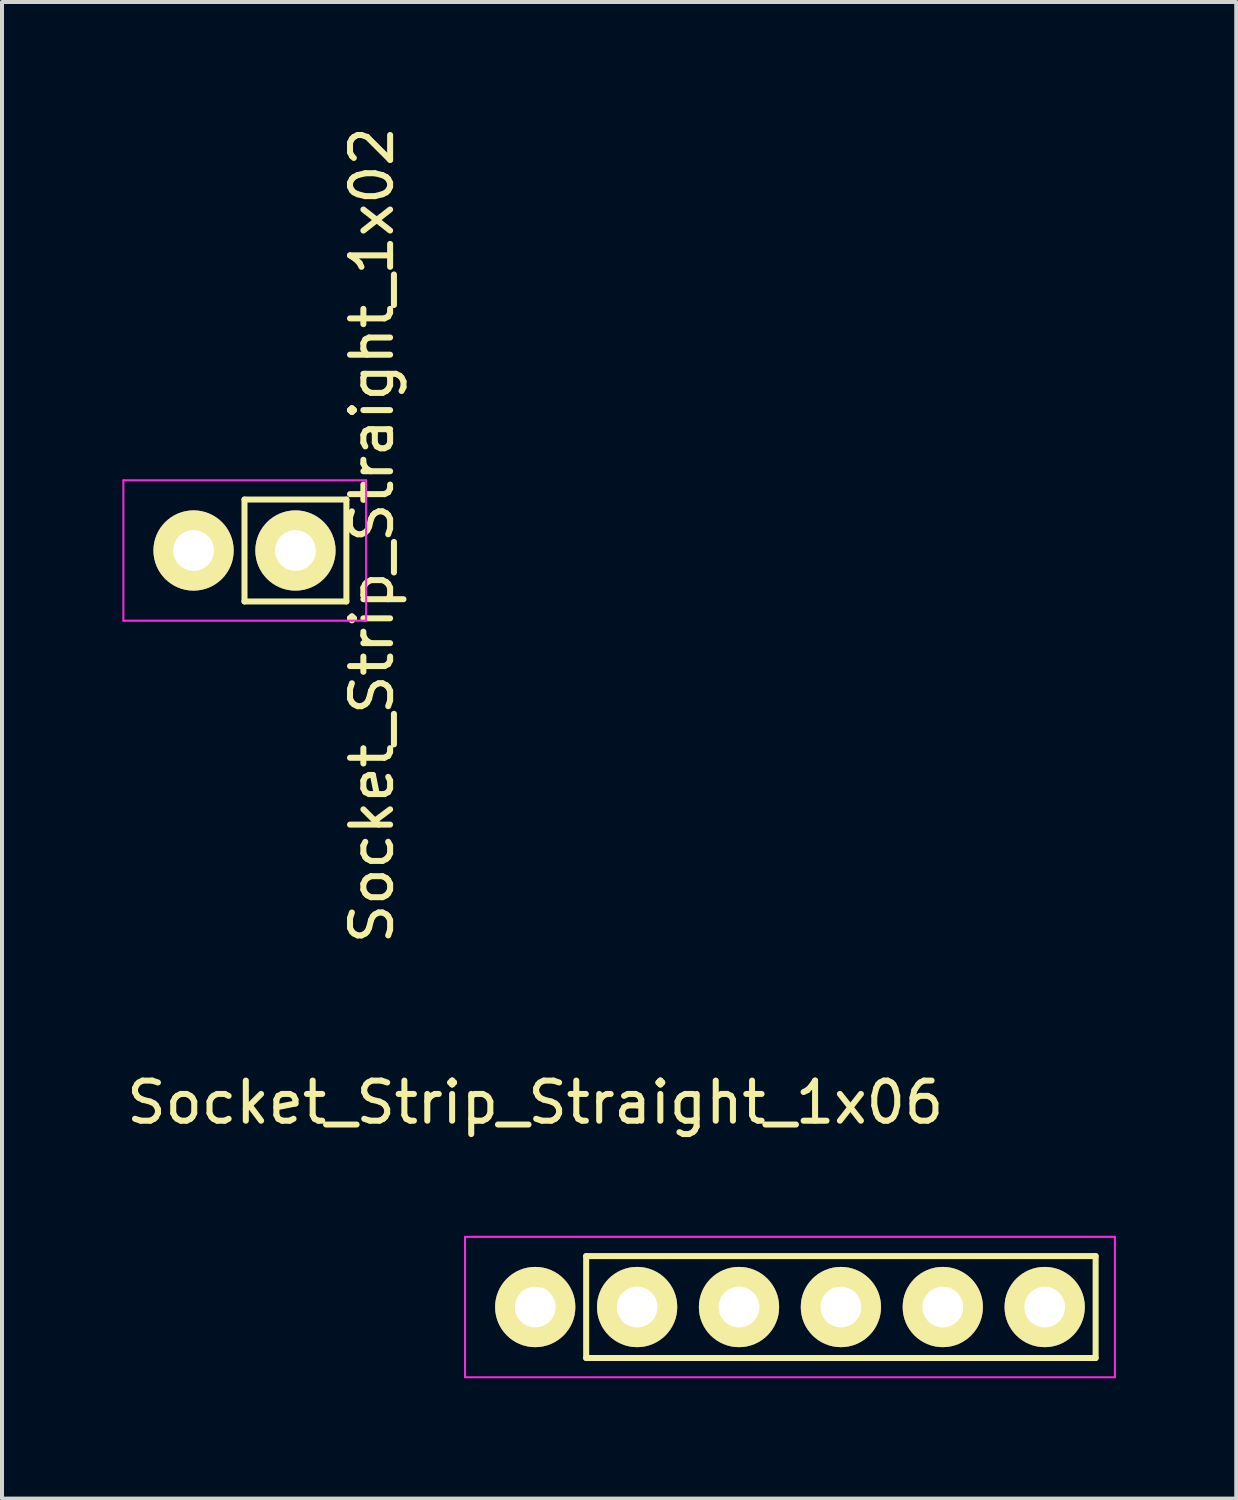
<source format=kicad_pcb>
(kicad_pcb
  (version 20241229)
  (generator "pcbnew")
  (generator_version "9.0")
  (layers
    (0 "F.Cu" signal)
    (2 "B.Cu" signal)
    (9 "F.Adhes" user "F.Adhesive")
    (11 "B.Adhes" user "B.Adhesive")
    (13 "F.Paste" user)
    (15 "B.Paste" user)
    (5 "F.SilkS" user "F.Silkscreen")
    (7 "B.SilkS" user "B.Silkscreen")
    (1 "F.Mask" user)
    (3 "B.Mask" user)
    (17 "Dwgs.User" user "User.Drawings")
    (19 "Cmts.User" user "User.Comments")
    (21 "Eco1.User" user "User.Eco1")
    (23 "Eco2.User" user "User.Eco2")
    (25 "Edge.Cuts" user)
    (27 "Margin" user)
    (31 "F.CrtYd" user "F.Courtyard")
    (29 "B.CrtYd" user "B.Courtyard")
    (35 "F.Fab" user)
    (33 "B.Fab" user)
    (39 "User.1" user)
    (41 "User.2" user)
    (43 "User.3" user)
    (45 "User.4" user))
  (footprint "Socket_Strip_Straight_1x06"
    (layer "F.Cu")
    (at 16.642 29.532)
    (property "Reference" "Socket_Strip_Straight_1x06" (at -6.35 -5.1 0) (layer "F.SilkS") (effects (font (size 1 1) (thickness 0.15))))
    (attr through_hole)
    (fp_line (start -5.08 1.27) (end -5.08 -1.27) (stroke (width 0.15) (type solid)) (layer "F.SilkS"))
    (fp_line (start -5.08 1.27) (end 7.62 1.27) (stroke (width 0.15) (type solid)) (layer "F.SilkS"))
    (fp_line (start 7.62 -1.27) (end -5.08 -1.27) (stroke (width 0.15) (type solid)) (layer "F.SilkS"))
    (fp_line (start 7.62 1.27) (end 7.62 -1.27) (stroke (width 0.15) (type solid)) (layer "F.SilkS"))
    (fp_line (start -8.1 -1.75) (end -8.1 1.75) (stroke (width 0.05) (type solid)) (layer "F.CrtYd"))
    (fp_line (start -8.1 -1.75) (end 8.1 -1.75) (stroke (width 0.05) (type solid)) (layer "F.CrtYd"))
    (fp_line (start -8.1 1.75) (end 8.1 1.75) (stroke (width 0.05) (type solid)) (layer "F.CrtYd"))
    (fp_line (start 8.1 -1.75) (end 8.1 1.75) (stroke (width 0.05) (type solid)) (layer "F.CrtYd"))
    (pad "1" thru_hole circle (at -6.35 0) (size 2 2) (drill 1.016) (layers "*.Cu" "*.Mask" "F.SilkS"))
    (pad "2" thru_hole circle (at -3.81 0) (size 2 2) (drill 1.016) (layers "*.Cu" "*.Mask" "F.SilkS"))
    (pad "3" thru_hole circle (at -1.27 0) (size 2 2) (drill 1.016) (layers "*.Cu" "*.Mask" "F.SilkS"))
    (pad "4" thru_hole circle (at 1.27 0) (size 2 2) (drill 1.016) (layers "*.Cu" "*.Mask" "F.SilkS"))
    (pad "5" thru_hole circle (at 3.81 0) (size 2 2) (drill 1.016) (layers "*.Cu" "*.Mask" "F.SilkS"))
    (pad "6" thru_hole circle (at 6.35 0) (size 2 2) (drill 1.016) (layers "*.Cu" "*.Mask" "F.SilkS")))
  (footprint "Socket_Strip_Straight_1x02"
    (layer "F.Cu")
    (at 3.045 10.673)
    (property "Reference" "Socket_Strip_Straight_1x02" (at 3.175 -0.381 90) (layer "F.SilkS") (effects (font (size 1 1) (thickness 0.15))))
    (attr through_hole)
    (fp_line (start 0 -1.27) (end 2.54 -1.27) (stroke (width 0.15) (type solid)) (layer "F.SilkS"))
    (fp_line (start 0 1.27) (end 0 -1.27) (stroke (width 0.15) (type solid)) (layer "F.SilkS"))
    (fp_line (start 2.54 -1.27) (end 2.54 1.27) (stroke (width 0.15) (type solid)) (layer "F.SilkS"))
    (fp_line (start 2.54 1.27) (end 0 1.27) (stroke (width 0.15) (type solid)) (layer "F.SilkS"))
    (fp_line (start -3.02 -1.75) (end -3.02 1.75) (stroke (width 0.05) (type solid)) (layer "F.CrtYd"))
    (fp_line (start -3.02 -1.75) (end 3.03 -1.75) (stroke (width 0.05) (type solid)) (layer "F.CrtYd"))
    (fp_line (start -3.02 1.75) (end 3.03 1.75) (stroke (width 0.05) (type solid)) (layer "F.CrtYd"))
    (fp_line (start 3.03 -1.75) (end 3.03 1.75) (stroke (width 0.05) (type solid)) (layer "F.CrtYd"))
    (pad "1" thru_hole circle (at -1.27 0) (size 2 2) (drill 1.016) (layers "*.Cu" "*.Mask" "F.SilkS"))
    (pad "2" thru_hole oval (at 1.27 0) (size 2 2) (drill 1.016) (layers "*.Cu" "*.Mask" "F.SilkS")))
  (gr_rect
    (start -3 -3)
    (end 27.767 34.307)
    (stroke (width 0.1) (type default))
    (fill no)
    (layer "Edge.Cuts")))
</source>
